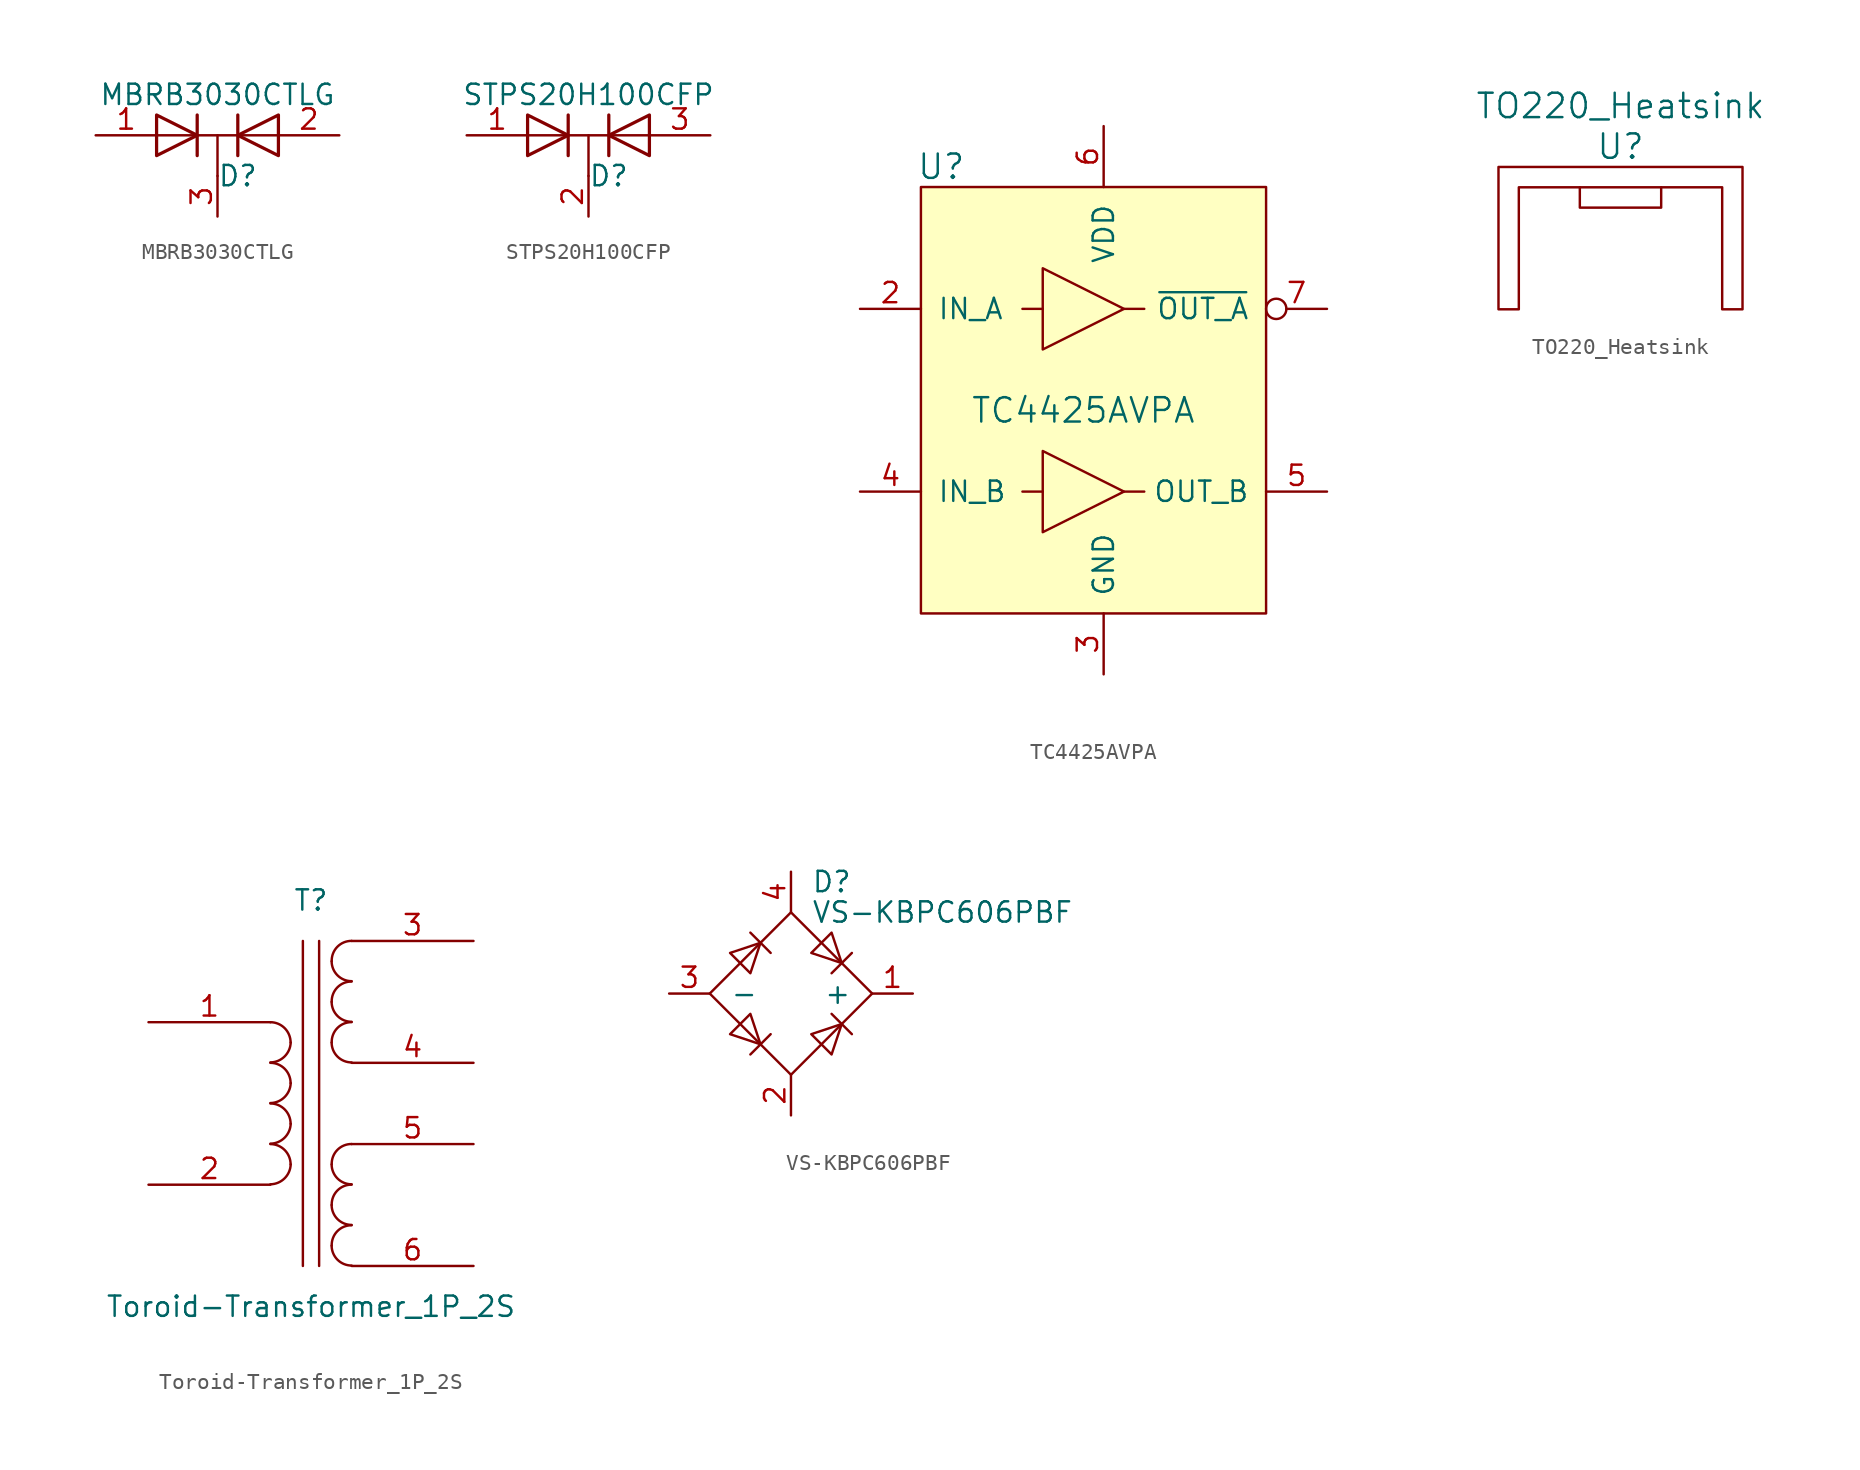
<source format=kicad_sym>
(kicad_symbol_lib
  (version 20211014)
  (generator kicad_symbol_editor)
  (symbol "MBRB3030CTLG"
    (pin_names
      (offset 0.762) hide)
    (property "Reference" "D"
      (at 1.27 -2.54 0)
      (effects (font (size 1.27 1.27))))
    (property "Value" "MBRB3030CTLG"
      (at 0 2.54 0)
      (effects (font (size 1.27 1.27))))
    (symbol "MBRB3030CTLG_0_1"
      (polyline (pts (xy -3.81 0) (xy 3.81 0)) (stroke (width 0) (type default) (color 0 0 0 0)) (fill (type none)))
      (polyline (pts (xy 0 0) (xy 0 -2.54)) (stroke (width 0) (type default) (color 0 0 0 0)) (fill (type none)))
      (polyline (pts (xy -1.27 -1.27) (xy -1.27 1.27) (xy -1.27 1.27)) (stroke (width 0.203) (type default) (color 0 0 0 0)) (fill (type none)))
      (polyline (pts (xy 1.27 -1.27) (xy 1.27 1.27) (xy 1.27 1.27)) (stroke (width 0.203) (type default) (color 0 0 0 0)) (fill (type none)))
      (polyline (pts (xy -3.81 1.27) (xy -1.27 0) (xy -3.81 -1.27) (xy -3.81 1.27) (xy -3.81 1.27) (xy -3.81 1.27)) (stroke (width 0.203) (type default) (color 0 0 0 0)) (fill (type none)))
      (polyline (pts (xy 3.81 -1.27) (xy 1.27 0) (xy 3.81 1.27) (xy 3.81 -1.27) (xy 3.81 -1.27) (xy 3.81 -1.27)) (stroke (width 0.203) (type default) (color 0 0 0 0)) (fill (type none)))
      (pin passive line (at -7.62 0 0) (length 3.81) (name "A" (effects (font (size 1.27 1.27)))) (number "1" (effects (font (size 1.27 1.27)))))
      (pin passive line (at 7.62 0 180) (length 3.81) (name "A" (effects (font (size 1.27 1.27)))) (number "2" (effects (font (size 1.27 1.27)))))
      (pin passive line (at 0 -5.08 90) (length 2.54) (name "K" (effects (font (size 1.27 1.27)))) (number "3" (effects (font (size 1.27 1.27)))))))
  (symbol "STPS20H100CFP"
    (pin_names
      (offset 0.762) hide)
    (property "Reference" "D"
      (at 1.27 -2.54 0)
      (effects (font (size 1.27 1.27))))
    (property "Value" "STPS20H100CFP"
      (at 0 2.54 0)
      (effects (font (size 1.27 1.27))))
    (symbol "STPS20H100CFP_0_1"
      (polyline (pts (xy -3.81 0) (xy 3.81 0)) (stroke (width 0) (type default) (color 0 0 0 0)) (fill (type none)))
      (polyline (pts (xy 0 0) (xy 0 -2.54)) (stroke (width 0) (type default) (color 0 0 0 0)) (fill (type none)))
      (polyline (pts (xy -1.27 -1.27) (xy -1.27 1.27) (xy -1.27 1.27)) (stroke (width 0.203) (type default) (color 0 0 0 0)) (fill (type none)))
      (polyline (pts (xy 1.27 -1.27) (xy 1.27 1.27) (xy 1.27 1.27)) (stroke (width 0.203) (type default) (color 0 0 0 0)) (fill (type none)))
      (polyline (pts (xy -3.81 1.27) (xy -1.27 0) (xy -3.81 -1.27) (xy -3.81 1.27) (xy -3.81 1.27) (xy -3.81 1.27)) (stroke (width 0.203) (type default) (color 0 0 0 0)) (fill (type none)))
      (polyline (pts (xy 3.81 -1.27) (xy 1.27 0) (xy 3.81 1.27) (xy 3.81 -1.27) (xy 3.81 -1.27) (xy 3.81 -1.27)) (stroke (width 0.203) (type default) (color 0 0 0 0)) (fill (type none)))
      (pin passive line (at -7.62 0 0) (length 3.81) (name "A" (effects (font (size 1.27 1.27)))) (number "1" (effects (font (size 1.27 1.27)))))
      (pin passive line (at 0 -5.08 90) (length 2.54) (name "K" (effects (font (size 1.27 1.27)))) (number "2" (effects (font (size 1.27 1.27)))))
      (pin passive line (at 7.62 0 180) (length 3.81) (name "A" (effects (font (size 1.27 1.27)))) (number "3" (effects (font (size 1.27 1.27)))))))
  (symbol "TC4425AVPA"
    (pin_names
      (offset 1.016))
    (property "Reference" "U"
      (at 1.27 1.27 0)
      (effects (font (size 1.524 1.524))))
    (property "Value" "TC4425AVPA"
      (at 10.16 -13.97 0)
      (effects (font (size 1.524 1.524))))
    (symbol "TC4425AVPA_0_1"
      (polyline (pts (xy 7.62 -19.05) (xy 6.35 -19.05)) (stroke (width 0) (type default) (color 0 0 0 0)) (fill (type none)))
      (polyline (pts (xy 7.62 -7.62) (xy 6.35 -7.62)) (stroke (width 0) (type default) (color 0 0 0 0)) (fill (type none)))
      (polyline (pts (xy 12.7 -19.05) (xy 13.97 -19.05)) (stroke (width 0) (type default) (color 0 0 0 0)) (fill (type none)))
      (polyline (pts (xy 12.7 -7.62) (xy 13.97 -7.62)) (stroke (width 0) (type default) (color 0 0 0 0)) (fill (type none)))
      (polyline (pts (xy 7.62 -16.51) (xy 7.62 -21.59) (xy 12.7 -19.05) (xy 7.62 -16.51)) (stroke (width 0) (type default) (color 0 0 0 0)) (fill (type none)))
      (polyline (pts (xy 7.62 -5.08) (xy 7.62 -10.16) (xy 12.7 -7.62) (xy 7.62 -5.08)) (stroke (width 0) (type default) (color 0 0 0 0)) (fill (type none)))
      (rectangle (start 0 0) (end 21.59 -26.67) (stroke (width 0) (type default) (color 0 0 0 0)) (fill (type background)))
      (pin no_connect line (at 1.27 -30.48 90) (length 3.81) hide (name "NC" (effects (font (size 1.27 1.27)))) (number "1" (effects (font (size 1.27 1.27)))))
      (pin input line (at -3.81 -7.62 0) (length 3.81) (name "IN_A" (effects (font (size 1.27 1.27)))) (number "2" (effects (font (size 1.27 1.27)))))
      (pin power_in line (at 11.43 -30.48 90) (length 3.81) (name "GND" (effects (font (size 1.27 1.27)))) (number "3" (effects (font (size 1.27 1.27)))))
      (pin input line (at -3.81 -19.05 0) (length 3.81) (name "IN_B" (effects (font (size 1.27 1.27)))) (number "4" (effects (font (size 1.27 1.27)))))
      (pin output line (at 25.4 -19.05 180) (length 3.81) (name "OUT_B" (effects (font (size 1.27 1.27)))) (number "5" (effects (font (size 1.27 1.27)))))
      (pin power_in line (at 11.43 3.81 270) (length 3.81) (name "VDD" (effects (font (size 1.27 1.27)))) (number "6" (effects (font (size 1.27 1.27)))))
      (pin output inverted (at 25.4 -7.62 180) (length 3.81) (name "~{OUT_A}" (effects (font (size 1.27 1.27)))) (number "7" (effects (font (size 1.27 1.27)))))
      (pin no_connect line (at 3.81 -30.48 90) (length 3.81) hide (name "NC" (effects (font (size 1.27 1.27)))) (number "8" (effects (font (size 1.27 1.27)))))))
  (symbol "TO220_Heatsink"
    (pin_names
      (offset 1.016))
    (property "Reference" "U"
      (at 0 0 0)
      (effects (font (size 1.524 1.524))))
    (property "Value" "TO220_Heatsink"
      (at 0 2.54 0)
      (effects (font (size 1.524 1.524))))
    (symbol "TO220_Heatsink_0_1"
      (polyline (pts (xy -2.54 -2.54) (xy -2.54 -3.81) (xy 2.54 -3.81) (xy 2.54 -2.54)) (stroke (width 0) (type default) (color 0 0 0 0)) (fill (type none)))
      (polyline (pts (xy -7.62 -1.27) (xy 7.62 -1.27) (xy 7.62 -10.16) (xy 6.35 -10.16) (xy 6.35 -2.54) (xy -6.35 -2.54) (xy -6.35 -10.16) (xy -7.62 -10.16) (xy -7.62 -1.27)) (stroke (width 0) (type default) (color 0 0 0 0)) (fill (type none)))))
  (symbol "Toroid-Transformer_1P_2S"
    (pin_names
      (offset 1.016) hide)
    (property "Reference" "T"
      (at 0 12.7 0)
      (effects (font (size 1.27 1.27))))
    (property "Value" "Toroid-Transformer_1P_2S"
      (at 0 -12.7 0)
      (effects (font (size 1.27 1.27))))
    (symbol "Toroid-Transformer_1P_2S_0_1"
      (arc (start -2.54 -5.0546) (mid -1.6599 -4.6901) (end -1.27 -3.81) (stroke (width 0) (type default) (color 0 0 0 0)) (fill (type none)))
      (arc (start -2.54 -2.5146) (mid -1.6599 -2.1501) (end -1.27 -1.27) (stroke (width 0) (type default) (color 0 0 0 0)) (fill (type none)))
      (arc (start -2.54 0.0254) (mid -1.6599 0.3899) (end -1.27 1.27) (stroke (width 0) (type default) (color 0 0 0 0)) (fill (type none)))
      (arc (start -2.54 2.5654) (mid -1.6599 2.9299) (end -1.27 3.81) (stroke (width 0) (type default) (color 0 0 0 0)) (fill (type none)))
      (arc (start -1.27 -3.81) (mid -1.642 -2.912) (end -2.54 -2.54) (stroke (width 0) (type default) (color 0 0 0 0)) (fill (type none)))
      (arc (start -1.27 -1.27) (mid -1.642 -0.372) (end -2.54 0) (stroke (width 0) (type default) (color 0 0 0 0)) (fill (type none)))
      (arc (start -1.27 1.27) (mid -1.642 2.168) (end -2.54 2.54) (stroke (width 0) (type default) (color 0 0 0 0)) (fill (type none)))
      (arc (start -1.27 3.81) (mid -1.642 4.708) (end -2.54 5.08) (stroke (width 0) (type default) (color 0 0 0 0)) (fill (type none)))
      (polyline (pts (xy -0.508 -10.16) (xy -0.508 10.16)) (stroke (width 0) (type default) (color 0 0 0 0)) (fill (type none)))
      (polyline (pts (xy 0.508 10.16) (xy 0.508 -10.16)) (stroke (width 0) (type default) (color 0 0 0 0)) (fill (type none)))
      (arc (start 1.2954 -8.89) (mid 1.6599 -9.7701) (end 2.54 -10.1346) (stroke (width 0) (type default) (color 0 0 0 0)) (fill (type none)))
      (arc (start 1.2954 -6.35) (mid 1.6599 -7.2301) (end 2.54 -7.5946) (stroke (width 0) (type default) (color 0 0 0 0)) (fill (type none)))
      (arc (start 1.2954 -3.81) (mid 1.6599 -4.6901) (end 2.54 -5.0546) (stroke (width 0) (type default) (color 0 0 0 0)) (fill (type none)))
      (arc (start 1.2954 3.81) (mid 1.6599 2.9299) (end 2.54 2.5654) (stroke (width 0) (type default) (color 0 0 0 0)) (fill (type none)))
      (arc (start 1.2954 6.35) (mid 1.6599 5.4699) (end 2.54 5.1054) (stroke (width 0) (type default) (color 0 0 0 0)) (fill (type none)))
      (arc (start 1.2954 8.89) (mid 1.6599 8.0099) (end 2.54 7.6454) (stroke (width 0) (type default) (color 0 0 0 0)) (fill (type none)))
      (arc (start 2.54 -7.62) (mid 1.642 -7.992) (end 1.2954 -8.89) (stroke (width 0) (type default) (color 0 0 0 0)) (fill (type none)))
      (arc (start 2.54 -5.08) (mid 1.642 -5.452) (end 1.2954 -6.35) (stroke (width 0) (type default) (color 0 0 0 0)) (fill (type none)))
      (arc (start 2.54 -2.54) (mid 1.642 -2.912) (end 1.2954 -3.81) (stroke (width 0) (type default) (color 0 0 0 0)) (fill (type none)))
      (arc (start 2.54 5.08) (mid 1.642 4.708) (end 1.2954 3.81) (stroke (width 0) (type default) (color 0 0 0 0)) (fill (type none)))
      (arc (start 2.54 7.62) (mid 1.642 7.248) (end 1.2954 6.35) (stroke (width 0) (type default) (color 0 0 0 0)) (fill (type none)))
      (arc (start 2.54 10.16) (mid 1.642 9.788) (end 1.2954 8.89) (stroke (width 0) (type default) (color 0 0 0 0)) (fill (type none))))
    (symbol "Toroid-Transformer_1P_2S_1_1"
      (pin passive line (at -10.16 5.08 0) (length 7.62) (name "AA" (effects (font (size 1.27 1.27)))) (number "1" (effects (font (size 1.27 1.27)))))
      (pin passive line (at -10.16 -5.08 0) (length 7.62) (name "AB" (effects (font (size 1.27 1.27)))) (number "2" (effects (font (size 1.27 1.27)))))
      (pin passive line (at 10.16 10.16 180) (length 7.62) (name "SA" (effects (font (size 1.27 1.27)))) (number "3" (effects (font (size 1.27 1.27)))))
      (pin passive line (at 10.16 2.54 180) (length 7.62) (name "SB" (effects (font (size 1.27 1.27)))) (number "4" (effects (font (size 1.27 1.27)))))
      (pin passive line (at 10.16 -2.54 180) (length 7.62) (name "SC" (effects (font (size 1.27 1.27)))) (number "5" (effects (font (size 1.27 1.27)))))
      (pin passive line (at 10.16 -10.16 180) (length 7.62) (name "SD" (effects (font (size 1.27 1.27)))) (number "6" (effects (font (size 1.27 1.27)))))))
  (symbol "VS-KBPC606PBF"
    (pin_names
      (offset 1.27))
    (property "Reference" "D"
      (at 1.27 6.985 0)
      (effects (font (size 1.27 1.27)) (justify left)))
    (property "Value" "VS-KBPC606PBF"
      (at 1.27 5.08 0)
      (effects (font (size 1.27 1.27)) (justify left)))
    (symbol "VS-KBPC606PBF_0_1"
      (polyline (pts (xy -2.54 3.81) (xy -1.27 2.54)) (stroke (width 0) (type default) (color 0 0 0 0)) (fill (type none)))
      (polyline (pts (xy -1.27 -2.54) (xy -2.54 -3.81)) (stroke (width 0) (type default) (color 0 0 0 0)) (fill (type none)))
      (polyline (pts (xy 2.54 -1.27) (xy 3.81 -2.54)) (stroke (width 0) (type default) (color 0 0 0 0)) (fill (type none)))
      (polyline (pts (xy 2.54 1.27) (xy 3.81 2.54)) (stroke (width 0) (type default) (color 0 0 0 0)) (fill (type none)))
      (polyline (pts (xy -3.81 2.54) (xy -2.54 1.27) (xy -1.905 3.175) (xy -3.81 2.54)) (stroke (width 0) (type default) (color 0 0 0 0)) (fill (type none)))
      (polyline (pts (xy -2.54 -1.27) (xy -3.81 -2.54) (xy -1.905 -3.175) (xy -2.54 -1.27)) (stroke (width 0) (type default) (color 0 0 0 0)) (fill (type none)))
      (polyline (pts (xy 1.27 2.54) (xy 2.54 3.81) (xy 3.175 1.905) (xy 1.27 2.54)) (stroke (width 0) (type default) (color 0 0 0 0)) (fill (type none)))
      (polyline (pts (xy 3.175 -1.905) (xy 1.27 -2.54) (xy 2.54 -3.81) (xy 3.175 -1.905)) (stroke (width 0) (type default) (color 0 0 0 0)) (fill (type none)))
      (polyline (pts (xy -5.08 0) (xy 0 -5.08) (xy 5.08 0) (xy 0 5.08) (xy -5.08 0)) (stroke (width 0) (type default) (color 0 0 0 0)) (fill (type none))))
    (symbol "VS-KBPC606PBF_1_1"
      (pin input line (at 7.62 0 180) (length 2.54) (name "+" (effects (font (size 1.27 1.27)))) (number "1" (effects (font (size 1.27 1.27)))))
      (pin input line (at 0 -7.62 90) (length 2.54) (name "~" (effects (font (size 1.27 1.27)))) (number "2" (effects (font (size 1.27 1.27)))))
      (pin input line (at -7.62 0 0) (length 2.54) (name "-" (effects (font (size 1.27 1.27)))) (number "3" (effects (font (size 1.27 1.27)))))
      (pin input line (at 0 7.62 270) (length 2.54) (name "~" (effects (font (size 1.27 1.27)))) (number "4" (effects (font (size 1.27 1.27))))))))
</source>
